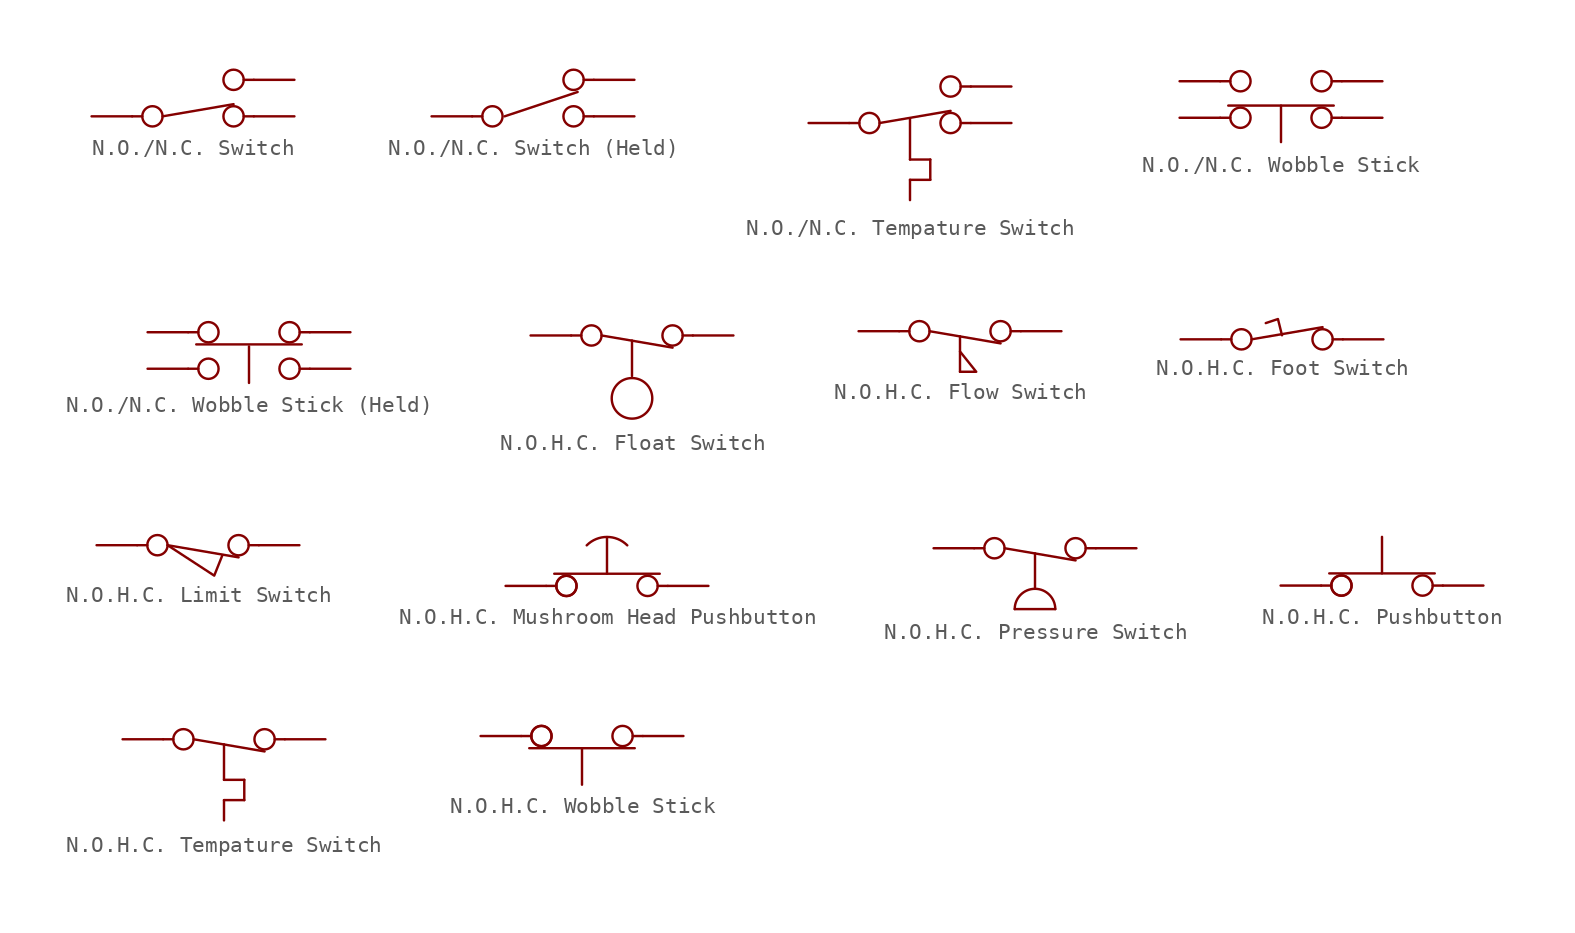
<source format=kicad_sym>
(kicad_symbol_lib
  (version 20241209)
  (generator "kicad_symbol_editor")
  (generator_version "9.0")
  (symbol "N.O./N.C. Switch"
    (property "Reference" "U"
      (at 0 4.318 0)
      (effects (font (size 1.27 1.27)) (hide yes)))
    (property "Value" ""
      (at 0 0 0)
      (effects (font (size 1.27 1.27))))
    (symbol "N.O./N.C. Switch_0_1"
      (polyline (pts (xy -3.81 0) (xy -3.175 0)) (stroke (width 0) (type default)) (fill (type none)))
      (circle (center -2.54 0) (radius 0.635) (stroke (width 0) (type default)) (fill (type none)))
      (polyline (pts (xy -1.905 0) (xy 2.54 0.762)) (stroke (width 0) (type default)) (fill (type none)))
      (circle (center 2.54 2.286) (radius 0.635) (stroke (width 0) (type default)) (fill (type none)))
      (circle (center 2.54 0) (radius 0.635) (stroke (width 0) (type default)) (fill (type none)))
      (polyline (pts (xy 3.81 2.286) (xy 3.175 2.286)) (stroke (width 0) (type default)) (fill (type none)))
      (polyline (pts (xy 3.81 0) (xy 3.175 0)) (stroke (width 0) (type default)) (fill (type none))))
    (symbol "N.O./N.C. Switch_1_1"
      (pin input line (at -6.35 0 0) (length 2.54) (name "" (effects (font (size 1.27 1.27)))) (number "" (effects (font (size 1.27 1.27)))))
      (pin input line (at 6.35 2.286 180) (length 2.54) (name "" (effects (font (size 1.27 1.27)))) (number "" (effects (font (size 1.27 1.27)))))
      (pin input line (at 6.35 0 180) (length 2.54) (name "" (effects (font (size 1.27 1.27)))) (number "" (effects (font (size 1.27 1.27)))))))
  (symbol "N.O./N.C. Switch (Held)"
    (property "Reference" "U"
      (at 0 4.318 0)
      (effects (font (size 1.27 1.27)) (hide yes)))
    (property "Value" ""
      (at 0 0 0)
      (effects (font (size 1.27 1.27))))
    (symbol "N.O./N.C. Switch (Held)_0_1"
      (polyline (pts (xy -3.81 0) (xy -3.175 0)) (stroke (width 0) (type default)) (fill (type none)))
      (circle (center -2.54 0) (radius 0.635) (stroke (width 0) (type default)) (fill (type none)))
      (polyline (pts (xy -1.778 0) (xy 2.794 1.524)) (stroke (width 0) (type default)) (fill (type none)))
      (circle (center 2.54 2.286) (radius 0.635) (stroke (width 0) (type default)) (fill (type none)))
      (circle (center 2.54 0) (radius 0.635) (stroke (width 0) (type default)) (fill (type none)))
      (polyline (pts (xy 3.81 2.286) (xy 3.175 2.286)) (stroke (width 0) (type default)) (fill (type none)))
      (polyline (pts (xy 3.81 0) (xy 3.175 0)) (stroke (width 0) (type default)) (fill (type none))))
    (symbol "N.O./N.C. Switch (Held)_1_1"
      (pin input line (at -6.35 0 0) (length 2.54) (name "" (effects (font (size 1.27 1.27)))) (number "" (effects (font (size 1.27 1.27)))))
      (pin input line (at 6.35 2.286 180) (length 2.54) (name "" (effects (font (size 1.27 1.27)))) (number "" (effects (font (size 1.27 1.27)))))
      (pin input line (at 6.35 0 180) (length 2.54) (name "" (effects (font (size 1.27 1.27)))) (number "" (effects (font (size 1.27 1.27)))))))
  (symbol "N.O./N.C. Tempature Switch"
    (property "Reference" "U"
      (at 0 3.302 0)
      (effects (font (size 1.27 1.27)) (hide yes)))
    (property "Value" ""
      (at 0 0 0)
      (effects (font (size 1.27 1.27))))
    (symbol "N.O./N.C. Tempature Switch_0_1"
      (polyline (pts (xy -3.81 0) (xy -3.175 0)) (stroke (width 0) (type default)) (fill (type none)))
      (circle (center -2.54 0) (radius 0.635) (stroke (width 0) (type default)) (fill (type none)))
      (polyline (pts (xy -1.905 0) (xy 2.54 0.762)) (stroke (width 0) (type default)) (fill (type none)))
      (polyline (pts (xy 0 0.254) (xy 0 -2.286)) (stroke (width 0) (type default)) (fill (type none)))
      (polyline (pts (xy 0 -2.286) (xy 1.27 -2.286)) (stroke (width 0) (type default)) (fill (type none)))
      (polyline (pts (xy 0 -3.556) (xy 0 -4.826)) (stroke (width 0) (type default)) (fill (type none)))
      (polyline (pts (xy 1.27 -2.286) (xy 1.27 -3.556)) (stroke (width 0) (type default)) (fill (type none)))
      (polyline (pts (xy 1.27 -3.556) (xy 0 -3.556)) (stroke (width 0) (type default)) (fill (type none)))
      (circle (center 2.54 2.286) (radius 0.635) (stroke (width 0) (type default)) (fill (type none)))
      (circle (center 2.54 0) (radius 0.635) (stroke (width 0) (type default)) (fill (type none)))
      (polyline (pts (xy 3.81 2.286) (xy 3.175 2.286)) (stroke (width 0) (type default)) (fill (type none)))
      (polyline (pts (xy 3.81 0) (xy 3.175 0)) (stroke (width 0) (type default)) (fill (type none))))
    (symbol "N.O./N.C. Tempature Switch_1_1"
      (pin input line (at -6.35 0 0) (length 2.54) (name "" (effects (font (size 1.27 1.27)))) (number "" (effects (font (size 1.27 1.27)))))
      (pin input line (at 6.35 2.286 180) (length 2.54) (name "" (effects (font (size 1.27 1.27)))) (number "" (effects (font (size 1.27 1.27)))))
      (pin input line (at 6.35 0 180) (length 2.54) (name "" (effects (font (size 1.27 1.27)))) (number "" (effects (font (size 1.27 1.27)))))))
  (symbol "N.O./N.C. Wobble Stick"
    (property "Reference" "U"
      (at 0 3.048 0)
      (effects (font (size 1.27 1.27)) (hide yes)))
    (property "Value" ""
      (at 0 0 0)
      (effects (font (size 1.27 1.27))))
    (symbol "N.O./N.C. Wobble Stick_0_1"
      (polyline (pts (xy -3.81 1.27) (xy -3.175 1.27)) (stroke (width 0) (type default)) (fill (type none)))
      (polyline (pts (xy -3.81 -1.016) (xy -3.175 -1.016)) (stroke (width 0) (type default)) (fill (type none)))
      (polyline (pts (xy -3.302 -0.254) (xy 3.302 -0.254)) (stroke (width 0) (type default)) (fill (type none)))
      (circle (center -2.54 1.27) (radius 0.635) (stroke (width 0) (type default)) (fill (type none)))
      (circle (center -2.54 -1.016) (radius 0.635) (stroke (width 0) (type default)) (fill (type none)))
      (circle (center 2.54 1.27) (radius 0.635) (stroke (width 0) (type default)) (fill (type none)))
      (circle (center 2.54 -1.016) (radius 0.635) (stroke (width 0) (type default)) (fill (type none)))
      (polyline (pts (xy 3.81 1.27) (xy 3.175 1.27)) (stroke (width 0) (type default)) (fill (type none)))
      (polyline (pts (xy 3.81 -1.016) (xy 3.175 -1.016)) (stroke (width 0) (type default)) (fill (type none))))
    (symbol "N.O./N.C. Wobble Stick_1_1"
      (polyline (pts (xy 0 -2.54) (xy 0 -0.254)) (stroke (width 0) (type solid)) (fill (type none)))
      (pin input line (at -6.35 1.27 0) (length 2.54) (name "" (effects (font (size 1.27 1.27)))) (number "" (effects (font (size 1.27 1.27)))))
      (pin input line (at -6.35 -1.016 0) (length 2.54) (name "" (effects (font (size 1.27 1.27)))) (number "" (effects (font (size 1.27 1.27)))))
      (pin input line (at 6.35 1.27 180) (length 2.54) (name "" (effects (font (size 1.27 1.27)))) (number "" (effects (font (size 1.27 1.27)))))
      (pin input line (at 6.35 -1.016 180) (length 2.54) (name "" (effects (font (size 1.27 1.27)))) (number "" (effects (font (size 1.27 1.27)))))))
  (symbol "N.O./N.C. Wobble Stick (Held)"
    (property "Reference" "U"
      (at 0 2.794 0)
      (effects (font (size 1.27 1.27)) (hide yes)))
    (property "Value" ""
      (at 0 0 0)
      (effects (font (size 1.27 1.27))))
    (symbol "N.O./N.C. Wobble Stick (Held)_0_1"
      (polyline (pts (xy -3.81 1.016) (xy -3.175 1.016)) (stroke (width 0) (type default)) (fill (type none)))
      (polyline (pts (xy -3.81 -1.27) (xy -3.175 -1.27)) (stroke (width 0) (type default)) (fill (type none)))
      (polyline (pts (xy -3.302 0.254) (xy 3.302 0.254)) (stroke (width 0) (type default)) (fill (type none)))
      (circle (center -2.54 1.016) (radius 0.635) (stroke (width 0) (type default)) (fill (type none)))
      (circle (center -2.54 -1.27) (radius 0.635) (stroke (width 0) (type default)) (fill (type none)))
      (circle (center 2.54 1.016) (radius 0.635) (stroke (width 0) (type default)) (fill (type none)))
      (circle (center 2.54 -1.27) (radius 0.635) (stroke (width 0) (type default)) (fill (type none)))
      (polyline (pts (xy 3.81 1.016) (xy 3.175 1.016)) (stroke (width 0) (type default)) (fill (type none)))
      (polyline (pts (xy 3.81 -1.27) (xy 3.175 -1.27)) (stroke (width 0) (type default)) (fill (type none))))
    (symbol "N.O./N.C. Wobble Stick (Held)_1_1"
      (polyline (pts (xy 0 -2.159) (xy 0 0.127)) (stroke (width 0) (type solid)) (fill (type none)))
      (pin input line (at -6.35 1.016 0) (length 2.54) (name "" (effects (font (size 1.27 1.27)))) (number "" (effects (font (size 1.27 1.27)))))
      (pin input line (at -6.35 -1.27 0) (length 2.54) (name "" (effects (font (size 1.27 1.27)))) (number "" (effects (font (size 1.27 1.27)))))
      (pin input line (at 6.35 1.016 180) (length 2.54) (name "" (effects (font (size 1.27 1.27)))) (number "" (effects (font (size 1.27 1.27)))))
      (pin input line (at 6.35 -1.27 180) (length 2.54) (name "" (effects (font (size 1.27 1.27)))) (number "" (effects (font (size 1.27 1.27)))))))
  (symbol "N.O.H.C. Float Switch"
    (property "Reference" "U"
      (at 0 1.524 0)
      (effects (font (size 1.27 1.27)) (hide yes)))
    (property "Value" ""
      (at 0 0 0)
      (effects (font (size 1.27 1.27))))
    (symbol "N.O.H.C. Float Switch_0_1"
      (polyline (pts (xy -3.81 0) (xy -3.175 0)) (stroke (width 0) (type default)) (fill (type none)))
      (circle (center -2.54 0) (radius 0.635) (stroke (width 0) (type default)) (fill (type none)))
      (polyline (pts (xy -1.905 0) (xy 2.54 -0.762)) (stroke (width 0) (type default)) (fill (type none)))
      (polyline (pts (xy 0 -0.318) (xy 0 -2.54)) (stroke (width 0) (type default)) (fill (type none)))
      (circle (center 0 -3.937) (radius 1.27) (stroke (width 0) (type default)) (fill (type none)))
      (circle (center 2.54 0) (radius 0.635) (stroke (width 0) (type default)) (fill (type none)))
      (polyline (pts (xy 3.81 0) (xy 3.175 0)) (stroke (width 0) (type default)) (fill (type none))))
    (symbol "N.O.H.C. Float Switch_1_1"
      (pin input line (at -6.35 0 0) (length 2.54) (name "" (effects (font (size 1.27 1.27)))) (number "" (effects (font (size 1.27 1.27)))))
      (pin input line (at 6.35 0 180) (length 2.54) (name "" (effects (font (size 1.27 1.27)))) (number "" (effects (font (size 1.27 1.27)))))))
  (symbol "N.O.H.C. Flow Switch"
    (property "Reference" "U"
      (at 0 1.524 0)
      (effects (font (size 1.27 1.27)) (hide yes)))
    (property "Value" ""
      (at 0 0 0)
      (effects (font (size 1.27 1.27))))
    (symbol "N.O.H.C. Flow Switch_0_1"
      (polyline (pts (xy -3.81 0) (xy -3.175 0)) (stroke (width 0) (type default)) (fill (type none)))
      (circle (center -2.54 0) (radius 0.635) (stroke (width 0) (type default)) (fill (type none)))
      (polyline (pts (xy -1.905 0) (xy 2.54 -0.762)) (stroke (width 0) (type default)) (fill (type none)))
      (polyline (pts (xy 0 -0.318) (xy 0 -2.54)) (stroke (width 0) (type default)) (fill (type none)))
      (polyline (pts (xy 0 -1.27) (xy 1.016 -2.54) (xy 0.254 -2.54) (xy 0 -2.54)) (stroke (width 0) (type default)) (fill (type none)))
      (circle (center 2.54 0) (radius 0.635) (stroke (width 0) (type default)) (fill (type none)))
      (polyline (pts (xy 3.81 0) (xy 3.175 0)) (stroke (width 0) (type default)) (fill (type none))))
    (symbol "N.O.H.C. Flow Switch_1_1"
      (pin input line (at -6.35 0 0) (length 2.54) (name "" (effects (font (size 1.27 1.27)))) (number "" (effects (font (size 1.27 1.27)))))
      (pin input line (at 6.35 0 180) (length 2.54) (name "" (effects (font (size 1.27 1.27)))) (number "" (effects (font (size 1.27 1.27)))))))
  (symbol "N.O.H.C. Foot Switch"
    (property "Reference" "U"
      (at 1.27 2.54 0)
      (effects (font (size 1.27 1.27)) (hide yes)))
    (property "Value" ""
      (at 0 0 0)
      (effects (font (size 1.27 1.27))))
    (symbol "N.O.H.C. Foot Switch_0_1"
      (polyline (pts (xy -3.81 0) (xy -3.175 0)) (stroke (width 0) (type default)) (fill (type none)))
      (circle (center -2.54 0) (radius 0.635) (stroke (width 0) (type default)) (fill (type none)))
      (polyline (pts (xy -1.905 0) (xy 2.54 0.762)) (stroke (width 0) (type default)) (fill (type none)))
      (polyline (pts (xy 0 0.254) (xy -0.254 1.27) (xy -1.016 1.016)) (stroke (width 0) (type default)) (fill (type none)))
      (circle (center 2.54 0) (radius 0.635) (stroke (width 0) (type default)) (fill (type none)))
      (polyline (pts (xy 3.81 0) (xy 3.175 0)) (stroke (width 0) (type default)) (fill (type none))))
    (symbol "N.O.H.C. Foot Switch_1_1"
      (pin input line (at -6.35 0 0) (length 2.54) (name "" (effects (font (size 1.27 1.27)))) (number "" (effects (font (size 1.27 1.27)))))
      (pin input line (at 6.35 0 180) (length 2.54) (name "" (effects (font (size 1.27 1.27)))) (number "" (effects (font (size 1.27 1.27)))))))
  (symbol "N.O.H.C. Limit Switch"
    (property "Reference" "U"
      (at 0 1.524 0)
      (effects (font (size 1.27 1.27)) (hide yes)))
    (property "Value" ""
      (at 0 0 0)
      (effects (font (size 1.27 1.27))))
    (symbol "N.O.H.C. Limit Switch_0_1"
      (polyline (pts (xy -3.81 0) (xy -3.175 0)) (stroke (width 0) (type default)) (fill (type none)))
      (circle (center -2.54 0) (radius 0.635) (stroke (width 0) (type default)) (fill (type none)))
      (polyline (pts (xy -1.905 0) (xy 2.54 -0.762)) (stroke (width 0) (type default)) (fill (type none)))
      (polyline (pts (xy -1.905 0) (xy 1.016 -1.905) (xy 1.524 -0.635)) (stroke (width 0) (type default)) (fill (type none)))
      (circle (center 2.54 0) (radius 0.635) (stroke (width 0) (type default)) (fill (type none)))
      (polyline (pts (xy 3.81 0) (xy 3.175 0)) (stroke (width 0) (type default)) (fill (type none))))
    (symbol "N.O.H.C. Limit Switch_1_1"
      (pin input line (at -6.35 0 0) (length 2.54) (name "" (effects (font (size 1.27 1.27)))) (number "" (effects (font (size 1.27 1.27)))))
      (pin input line (at 6.35 0 180) (length 2.54) (name "" (effects (font (size 1.27 1.27)))) (number "" (effects (font (size 1.27 1.27)))))))
  (symbol "N.O.H.C. Mushroom Head Pushbutton"
    (property "Reference" "U"
      (at 0 4.318 0)
      (effects (font (size 1.27 1.27)) (hide yes)))
    (property "Value" ""
      (at 0 0 0)
      (effects (font (size 1.27 1.27))))
    (symbol "N.O.H.C. Mushroom Head Pushbutton_0_1"
      (polyline (pts (xy -3.81 0) (xy -3.175 0)) (stroke (width 0) (type default)) (fill (type none)))
      (polyline (pts (xy -3.302 0.762) (xy 3.302 0.762)) (stroke (width 0) (type default)) (fill (type none)))
      (circle (center -2.54 0) (radius 0.635) (stroke (width 0) (type default)) (fill (type none)))
      (circle (center -2.54 0) (radius 0.635) (stroke (width 0) (type default)) (fill (type none)))
      (arc (start -1.27 2.5398) (mid 0 3.0659) (end 1.27 2.5398) (stroke (width 0) (type default)) (fill (type none)))
      (polyline (pts (xy 0 0.762) (xy 0 3.048)) (stroke (width 0) (type default)) (fill (type none)))
      (circle (center 2.54 0) (radius 0.635) (stroke (width 0) (type default)) (fill (type none)))
      (polyline (pts (xy 3.81 0) (xy 3.175 0)) (stroke (width 0) (type default)) (fill (type none))))
    (symbol "N.O.H.C. Mushroom Head Pushbutton_1_1"
      (pin input line (at -6.35 0 0) (length 2.54) (name "" (effects (font (size 1.27 1.27)))) (number "" (effects (font (size 1.27 1.27)))))
      (pin input line (at 6.35 0 180) (length 2.54) (name "" (effects (font (size 1.27 1.27)))) (number "" (effects (font (size 1.27 1.27)))))))
  (symbol "N.O.H.C. Pressure Switch"
    (property "Reference" "U"
      (at 0 1.524 0)
      (effects (font (size 1.27 1.27)) (hide yes)))
    (property "Value" ""
      (at 0 0 0)
      (effects (font (size 1.27 1.27))))
    (symbol "N.O.H.C. Pressure Switch_0_1"
      (polyline (pts (xy -3.81 0) (xy -3.175 0)) (stroke (width 0) (type default)) (fill (type none)))
      (circle (center -2.54 0) (radius 0.635) (stroke (width 0) (type default)) (fill (type none)))
      (polyline (pts (xy -1.905 0) (xy 2.54 -0.762)) (stroke (width 0) (type default)) (fill (type none)))
      (polyline (pts (xy -1.27 -3.81) (xy 1.27 -3.81)) (stroke (width 0) (type default)) (fill (type none)))
      (arc (start 0 -2.54) (mid 0.898 -2.912) (end 1.27 -3.81) (stroke (width 0) (type default)) (fill (type none)))
      (polyline (pts (xy 0 -0.318) (xy 0 -2.54)) (stroke (width 0) (type default)) (fill (type none)))
      (arc (start -1.27 -3.81) (mid -0.898 -2.912) (end 0 -2.54) (stroke (width 0) (type default)) (fill (type none)))
      (circle (center 2.54 0) (radius 0.635) (stroke (width 0) (type default)) (fill (type none)))
      (polyline (pts (xy 3.81 0) (xy 3.175 0)) (stroke (width 0) (type default)) (fill (type none))))
    (symbol "N.O.H.C. Pressure Switch_1_1"
      (pin input line (at -6.35 0 0) (length 2.54) (name "" (effects (font (size 1.27 1.27)))) (number "" (effects (font (size 1.27 1.27)))))
      (pin input line (at 6.35 0 180) (length 2.54) (name "" (effects (font (size 1.27 1.27)))) (number "" (effects (font (size 1.27 1.27)))))))
  (symbol "N.O.H.C. Pushbutton"
    (property "Reference" "U"
      (at 0 4.318 0)
      (effects (font (size 1.27 1.27)) (hide yes)))
    (property "Value" ""
      (at 0 0 0)
      (effects (font (size 1.27 1.27))))
    (symbol "N.O.H.C. Pushbutton_0_1"
      (polyline (pts (xy -3.81 0) (xy -3.175 0)) (stroke (width 0) (type default)) (fill (type none)))
      (polyline (pts (xy -3.302 0.762) (xy 3.302 0.762)) (stroke (width 0) (type default)) (fill (type none)))
      (circle (center -2.54 0) (radius 0.635) (stroke (width 0) (type default)) (fill (type none)))
      (circle (center -2.54 0) (radius 0.635) (stroke (width 0) (type default)) (fill (type none)))
      (polyline (pts (xy 0 0.762) (xy 0 3.048)) (stroke (width 0) (type default)) (fill (type none)))
      (circle (center 2.54 0) (radius 0.635) (stroke (width 0) (type default)) (fill (type none)))
      (polyline (pts (xy 3.81 0) (xy 3.175 0)) (stroke (width 0) (type default)) (fill (type none))))
    (symbol "N.O.H.C. Pushbutton_1_1"
      (pin input line (at -6.35 0 0) (length 2.54) (name "" (effects (font (size 1.27 1.27)))) (number "" (effects (font (size 1.27 1.27)))))
      (pin input line (at 6.35 0 180) (length 2.54) (name "" (effects (font (size 1.27 1.27)))) (number "" (effects (font (size 1.27 1.27)))))))
  (symbol "N.O.H.C. Tempature Switch"
    (property "Reference" "U"
      (at 0 1.524 0)
      (effects (font (size 1.27 1.27)) (hide yes)))
    (property "Value" ""
      (at 0 0 0)
      (effects (font (size 1.27 1.27))))
    (symbol "N.O.H.C. Tempature Switch_0_1"
      (polyline (pts (xy -3.81 0) (xy -3.175 0)) (stroke (width 0) (type default)) (fill (type none)))
      (circle (center -2.54 0) (radius 0.635) (stroke (width 0) (type default)) (fill (type none)))
      (polyline (pts (xy -1.905 0) (xy 2.54 -0.762)) (stroke (width 0) (type default)) (fill (type none)))
      (polyline (pts (xy 0 -0.318) (xy 0 -2.54)) (stroke (width 0) (type default)) (fill (type none)))
      (polyline (pts (xy 0 -2.54) (xy 1.27 -2.54)) (stroke (width 0) (type default)) (fill (type none)))
      (polyline (pts (xy 0 -3.81) (xy 0 -5.08)) (stroke (width 0) (type default)) (fill (type none)))
      (polyline (pts (xy 1.27 -3.81) (xy 0 -3.81)) (stroke (width 0) (type default)) (fill (type none)))
      (polyline (pts (xy 1.27 -3.81) (xy 1.27 -2.54)) (stroke (width 0) (type default)) (fill (type none)))
      (circle (center 2.54 0) (radius 0.635) (stroke (width 0) (type default)) (fill (type none)))
      (polyline (pts (xy 3.81 0) (xy 3.175 0)) (stroke (width 0) (type default)) (fill (type none))))
    (symbol "N.O.H.C. Tempature Switch_1_1"
      (pin input line (at -6.35 0 0) (length 2.54) (name "" (effects (font (size 1.27 1.27)))) (number "" (effects (font (size 1.27 1.27)))))
      (pin input line (at 6.35 0 180) (length 2.54) (name "" (effects (font (size 1.27 1.27)))) (number "" (effects (font (size 1.27 1.27)))))))
  (symbol "N.O.H.C. Wobble Stick"
    (property "Reference" "U"
      (at 0 1.778 0)
      (effects (font (size 1.27 1.27)) (hide yes)))
    (property "Value" ""
      (at 0 0 0)
      (effects (font (size 1.27 1.27))))
    (symbol "N.O.H.C. Wobble Stick_0_1"
      (polyline (pts (xy -3.81 0) (xy -3.175 0)) (stroke (width 0) (type default)) (fill (type none)))
      (polyline (pts (xy -3.302 -0.762) (xy 3.302 -0.762)) (stroke (width 0) (type default)) (fill (type none)))
      (circle (center -2.54 0) (radius 0.635) (stroke (width 0) (type default)) (fill (type none)))
      (circle (center -2.54 0) (radius 0.635) (stroke (width 0) (type default)) (fill (type none)))
      (polyline (pts (xy 0 -3.048) (xy 0 -0.762)) (stroke (width 0) (type default)) (fill (type none)))
      (circle (center 2.54 0) (radius 0.635) (stroke (width 0) (type default)) (fill (type none)))
      (polyline (pts (xy 3.81 0) (xy 3.175 0)) (stroke (width 0) (type default)) (fill (type none))))
    (symbol "N.O.H.C. Wobble Stick_1_1"
      (pin input line (at -6.35 0 0) (length 2.54) (name "" (effects (font (size 1.27 1.27)))) (number "" (effects (font (size 1.27 1.27)))))
      (pin input line (at 6.35 0 180) (length 2.54) (name "" (effects (font (size 1.27 1.27)))) (number "" (effects (font (size 1.27 1.27))))))))
</source>
